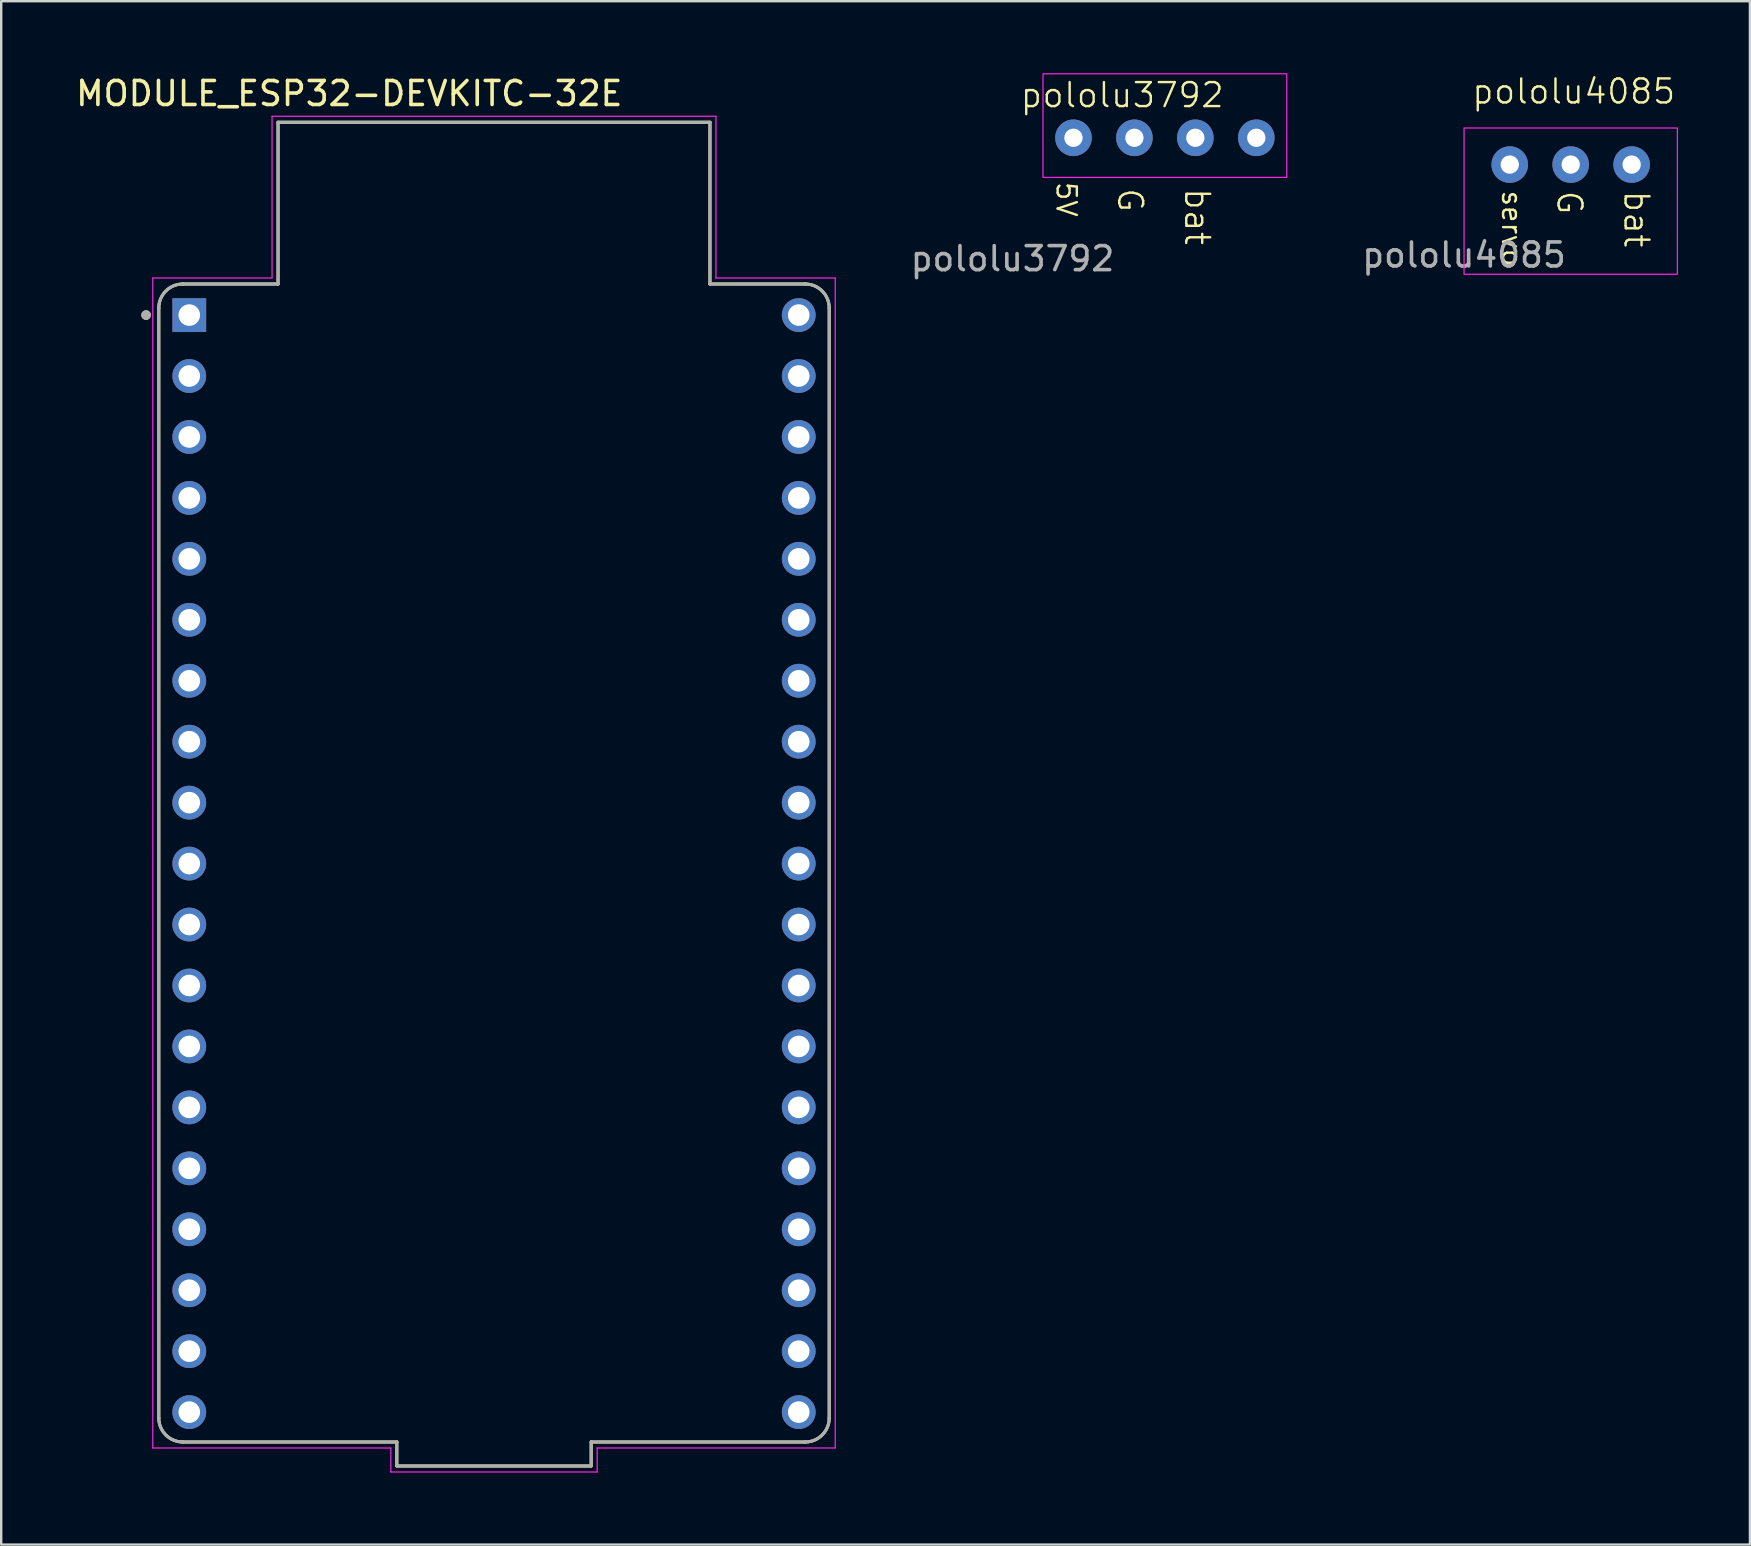
<source format=kicad_pcb>
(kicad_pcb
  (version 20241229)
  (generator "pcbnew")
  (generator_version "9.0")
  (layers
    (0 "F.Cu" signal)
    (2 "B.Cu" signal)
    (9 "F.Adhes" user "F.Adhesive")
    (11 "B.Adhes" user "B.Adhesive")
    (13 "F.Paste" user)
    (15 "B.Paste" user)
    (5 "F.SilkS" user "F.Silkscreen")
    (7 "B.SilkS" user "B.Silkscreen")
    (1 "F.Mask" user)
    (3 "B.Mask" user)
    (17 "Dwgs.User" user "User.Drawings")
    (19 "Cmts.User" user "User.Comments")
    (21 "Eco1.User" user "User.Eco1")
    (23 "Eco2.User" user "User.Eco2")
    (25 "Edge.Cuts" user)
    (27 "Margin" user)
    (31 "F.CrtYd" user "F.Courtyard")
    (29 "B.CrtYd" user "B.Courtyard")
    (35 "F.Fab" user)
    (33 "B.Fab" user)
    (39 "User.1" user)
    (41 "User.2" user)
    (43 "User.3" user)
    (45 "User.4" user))
  (footprint "pololu3792"
    (layer "F.Cu")
    (at 39.147 5.232)
    (property "Reference" "pololu3792" (at 4.572 -4.318 0) (unlocked yes) (layer "F.SilkS") (effects (font (size 1 1) (thickness 0.1))))
    (attr through_hole)
    (fp_rect (start 1.27 -5.207) (end 11.43 -0.889) (stroke (width 0.05) (type default)) (fill no) (layer "F.CrtYd"))
    (fp_text user "bat" (at 7.112 -0.508 270) (unlocked yes) (layer "F.SilkS") (effects (font (size 1 1) (thickness 0.1)) (justify left bottom)))
    (fp_text user "G" (at 4.318 -0.508 270) (unlocked yes) (layer "F.SilkS") (effects (font (size 1 1) (thickness 0.1)) (justify left bottom)))
    (fp_text user "5V" (at 1.778 -0.762 270) (unlocked yes) (layer "F.SilkS") (effects (font (size 0.8 0.8) (thickness 0.1)) (justify left bottom)))
    (fp_text user "${REFERENCE}" (at 0 2.5 0) (unlocked yes) (layer "F.Fab") (effects (font (size 1 1) (thickness 0.15))))
    (pad "1" thru_hole circle (at 2.54 -2.54) (size 1.524 1.524) (drill 0.762) (layers "*.Cu" "*.Mask"))
    (pad "2" thru_hole circle (at 5.08 -2.54) (size 1.524 1.524) (drill 0.762) (layers "*.Cu" "*.Mask"))
    (pad "3" thru_hole circle (at 7.62 -2.54) (size 1.524 1.524) (drill 0.762) (layers "*.Cu" "*.Mask"))
    (pad "4" thru_hole circle (at 10.16 -2.54) (size 1.524 1.524) (drill 0.762) (layers "*.Cu" "*.Mask")))
  (footprint "pololu4085"
    (layer "F.Cu")
    (at 57.965 5.079)
    (property "Reference" "pololu4085" (at 4.572 -4.318 0) (unlocked yes) (layer "F.SilkS") (effects (font (size 1 1) (thickness 0.1))))
    (attr through_hole)
    (fp_rect (start 0 -2.794) (end 8.89 3.302) (stroke (width 0.05) (type default)) (fill no) (layer "F.CrtYd"))
    (fp_text user "bat" (at 6.604 -0.254 270) (unlocked yes) (layer "F.SilkS") (effects (font (size 1 1) (thickness 0.1)) (justify left bottom)))
    (fp_text user "G" (at 3.81 -0.254 270) (unlocked yes) (layer "F.SilkS") (effects (font (size 1 1) (thickness 0.1)) (justify left bottom)))
    (fp_text user "servo" (at 1.524 -0.254 270) (unlocked yes) (layer "F.SilkS") (effects (font (size 0.8 0.8) (thickness 0.1)) (justify left bottom)))
    (fp_text user "${REFERENCE}" (at 0 2.5 0) (unlocked yes) (layer "F.Fab") (effects (font (size 1 1) (thickness 0.15))))
    (pad "1" thru_hole circle (at 1.905 -1.27) (size 1.524 1.524) (drill 0.762) (layers "*.Cu" "*.Mask"))
    (pad "2" thru_hole circle (at 4.445 -1.27) (size 1.524 1.524) (drill 0.762) (layers "*.Cu" "*.Mask"))
    (pad "3" thru_hole circle (at 6.985 -1.27) (size 1.524 1.524) (drill 0.762) (layers "*.Cu" "*.Mask")))
  (footprint "MODULE_ESP32-DEVKITC-32E"
    (layer "F.Cu")
    (at 17.538 32.916)
    (property "Reference" "MODULE_ESP32-DEVKITC-32E" (at -6.032 -32.068 0) (layer "F.SilkS") (effects (font (size 1 1) (thickness 0.15))))
    (attr through_hole)
    (fp_line (start -13.97 23.13) (end -13.97 -23.13) (stroke (width 0.127) (type solid)) (layer "F.SilkS"))
    (fp_line (start -12.97 -24.13) (end -9 -24.13) (stroke (width 0.127) (type solid)) (layer "F.SilkS"))
    (fp_line (start -12.97 24.13) (end -4.05 24.13) (stroke (width 0.127) (type solid)) (layer "F.SilkS"))
    (fp_line (start -9 -30.87) (end 9 -30.87) (stroke (width 0.127) (type solid)) (layer "F.SilkS"))
    (fp_line (start -9 -24.13) (end -9 -30.87) (stroke (width 0.127) (type solid)) (layer "F.SilkS"))
    (fp_line (start -4.05 24.13) (end -4.05 25.13) (stroke (width 0.127) (type solid)) (layer "F.SilkS"))
    (fp_line (start -4.05 25.13) (end 4.05 25.13) (stroke (width 0.127) (type solid)) (layer "F.SilkS"))
    (fp_line (start 4.05 24.13) (end 12.97 24.13) (stroke (width 0.127) (type solid)) (layer "F.SilkS"))
    (fp_line (start 4.05 25.13) (end 4.05 24.13) (stroke (width 0.127) (type solid)) (layer "F.SilkS"))
    (fp_line (start 9 -30.87) (end 9 -24.13) (stroke (width 0.127) (type solid)) (layer "F.SilkS"))
    (fp_line (start 9 -24.13) (end 12.97 -24.13) (stroke (width 0.127) (type solid)) (layer "F.SilkS"))
    (fp_line (start 13.97 23.13) (end 13.97 -23.13) (stroke (width 0.127) (type solid)) (layer "F.SilkS"))
    (fp_arc (start -13.97 -23.13) (mid -13.677107 -23.837107) (end -12.97 -24.13) (stroke (width 0.127) (type solid)) (layer "F.SilkS"))
    (fp_arc (start -12.97 24.13) (mid -13.677107 23.837107) (end -13.97 23.13) (stroke (width 0.127) (type solid)) (layer "F.SilkS"))
    (fp_arc (start 12.97 -24.13) (mid 13.677107 -23.837107) (end 13.97 -23.13) (stroke (width 0.127) (type solid)) (layer "F.SilkS"))
    (fp_arc (start 13.97 23.13) (mid 13.677107 23.837107) (end 12.97 24.13) (stroke (width 0.127) (type solid)) (layer "F.SilkS"))
    (fp_circle (center -14.5 -22.835) (end -14.4 -22.835) (stroke (width 0.2) (type solid)) (fill no) (layer "F.SilkS"))
    (fp_line (start -14.22 -24.38) (end -14.22 24.38) (stroke (width 0.05) (type solid)) (layer "F.CrtYd"))
    (fp_line (start -14.22 24.38) (end -4.3 24.38) (stroke (width 0.05) (type solid)) (layer "F.CrtYd"))
    (fp_line (start -9.25 -31.12) (end -9.25 -24.38) (stroke (width 0.05) (type solid)) (layer "F.CrtYd"))
    (fp_line (start -9.25 -24.38) (end -14.22 -24.38) (stroke (width 0.05) (type solid)) (layer "F.CrtYd"))
    (fp_line (start -4.3 24.38) (end -4.3 25.38) (stroke (width 0.05) (type solid)) (layer "F.CrtYd"))
    (fp_line (start -4.3 25.38) (end 4.3 25.38) (stroke (width 0.05) (type solid)) (layer "F.CrtYd"))
    (fp_line (start 4.3 24.38) (end 14.22 24.38) (stroke (width 0.05) (type solid)) (layer "F.CrtYd"))
    (fp_line (start 4.3 25.38) (end 4.3 24.38) (stroke (width 0.05) (type solid)) (layer "F.CrtYd"))
    (fp_line (start 9.25 -31.12) (end -9.25 -31.12) (stroke (width 0.05) (type solid)) (layer "F.CrtYd"))
    (fp_line (start 9.25 -24.38) (end 9.25 -31.12) (stroke (width 0.05) (type solid)) (layer "F.CrtYd"))
    (fp_line (start 14.22 -24.38) (end 9.25 -24.38) (stroke (width 0.05) (type solid)) (layer "F.CrtYd"))
    (fp_line (start 14.22 24.38) (end 14.22 -24.38) (stroke (width 0.05) (type solid)) (layer "F.CrtYd"))
    (fp_line (start -13.97 23.13) (end -13.97 -23.13) (stroke (width 0.127) (type solid)) (layer "F.Fab"))
    (fp_line (start -12.97 -24.13) (end -9 -24.13) (stroke (width 0.127) (type solid)) (layer "F.Fab"))
    (fp_line (start -12.97 24.13) (end -4.05 24.13) (stroke (width 0.127) (type solid)) (layer "F.Fab"))
    (fp_line (start -9 -30.87) (end 9 -30.87) (stroke (width 0.127) (type solid)) (layer "F.Fab"))
    (fp_line (start -9 -24.13) (end -9 -30.87) (stroke (width 0.127) (type solid)) (layer "F.Fab"))
    (fp_line (start -4.05 24.13) (end -4.05 25.13) (stroke (width 0.127) (type solid)) (layer "F.Fab"))
    (fp_line (start -4.05 25.13) (end 4.05 25.13) (stroke (width 0.127) (type solid)) (layer "F.Fab"))
    (fp_line (start 4.05 24.13) (end 12.97 24.13) (stroke (width 0.127) (type solid)) (layer "F.Fab"))
    (fp_line (start 4.05 25.13) (end 4.05 24.13) (stroke (width 0.127) (type solid)) (layer "F.Fab"))
    (fp_line (start 9 -30.87) (end 9 -24.13) (stroke (width 0.127) (type solid)) (layer "F.Fab"))
    (fp_line (start 9 -24.13) (end 12.97 -24.13) (stroke (width 0.127) (type solid)) (layer "F.Fab"))
    (fp_line (start 13.97 23.13) (end 13.97 -23.13) (stroke (width 0.127) (type solid)) (layer "F.Fab"))
    (fp_arc (start -13.97 -23.13) (mid -13.677107 -23.837107) (end -12.97 -24.13) (stroke (width 0.127) (type solid)) (layer "F.Fab"))
    (fp_arc (start -12.97 24.13) (mid -13.677107 23.837107) (end -13.97 23.13) (stroke (width 0.127) (type solid)) (layer "F.Fab"))
    (fp_arc (start 12.97 -24.13) (mid 13.677107 -23.837107) (end 13.97 -23.13) (stroke (width 0.127) (type solid)) (layer "F.Fab"))
    (fp_arc (start 13.97 23.13) (mid 13.677107 23.837107) (end 12.97 24.13) (stroke (width 0.127) (type solid)) (layer "F.Fab"))
    (fp_circle (center -14.5 -22.835) (end -14.4 -22.835) (stroke (width 0.2) (type solid)) (fill no) (layer "F.Fab"))
    (pad "J2_1" thru_hole rect (at -12.7 -22.835) (size 1.408 1.408) (drill 0.9) (layers "*.Cu" "*.Mask"))
    (pad "J2_2" thru_hole circle (at -12.7 -20.295) (size 1.408 1.408) (drill 0.9) (layers "*.Cu" "*.Mask"))
    (pad "J2_3" thru_hole circle (at -12.7 -17.755) (size 1.408 1.408) (drill 0.9) (layers "*.Cu" "*.Mask"))
    (pad "J2_4" thru_hole circle (at -12.7 -15.215) (size 1.408 1.408) (drill 0.9) (layers "*.Cu" "*.Mask"))
    (pad "J2_5" thru_hole circle (at -12.7 -12.675) (size 1.408 1.408) (drill 0.9) (layers "*.Cu" "*.Mask"))
    (pad "J2_6" thru_hole circle (at -12.7 -10.135) (size 1.408 1.408) (drill 0.9) (layers "*.Cu" "*.Mask"))
    (pad "J2_7" thru_hole circle (at -12.7 -7.595) (size 1.408 1.408) (drill 0.9) (layers "*.Cu" "*.Mask"))
    (pad "J2_8" thru_hole circle (at -12.7 -5.055) (size 1.408 1.408) (drill 0.9) (layers "*.Cu" "*.Mask"))
    (pad "J2_9" thru_hole circle (at -12.7 -2.515) (size 1.408 1.408) (drill 0.9) (layers "*.Cu" "*.Mask"))
    (pad "J2_10" thru_hole circle (at -12.7 0.025) (size 1.408 1.408) (drill 0.9) (layers "*.Cu" "*.Mask"))
    (pad "J2_11" thru_hole circle (at -12.7 2.565) (size 1.408 1.408) (drill 0.9) (layers "*.Cu" "*.Mask"))
    (pad "J2_12" thru_hole circle (at -12.7 5.105) (size 1.408 1.408) (drill 0.9) (layers "*.Cu" "*.Mask"))
    (pad "J2_13" thru_hole circle (at -12.7 7.645) (size 1.408 1.408) (drill 0.9) (layers "*.Cu" "*.Mask"))
    (pad "J2_14" thru_hole circle (at -12.7 10.185) (size 1.408 1.408) (drill 0.9) (layers "*.Cu" "*.Mask"))
    (pad "J2_15" thru_hole circle (at -12.7 12.725) (size 1.408 1.408) (drill 0.9) (layers "*.Cu" "*.Mask"))
    (pad "J2_16" thru_hole circle (at -12.7 15.265) (size 1.408 1.408) (drill 0.9) (layers "*.Cu" "*.Mask"))
    (pad "J2_17" thru_hole circle (at -12.7 17.805) (size 1.408 1.408) (drill 0.9) (layers "*.Cu" "*.Mask"))
    (pad "J2_18" thru_hole circle (at -12.7 20.345) (size 1.408 1.408) (drill 0.9) (layers "*.Cu" "*.Mask"))
    (pad "J2_19" thru_hole circle (at -12.7 22.885) (size 1.408 1.408) (drill 0.9) (layers "*.Cu" "*.Mask"))
    (pad "J3_1" thru_hole circle (at 12.7 -22.835) (size 1.408 1.408) (drill 0.9) (layers "*.Cu" "*.Mask"))
    (pad "J3_2" thru_hole circle (at 12.7 -20.295) (size 1.408 1.408) (drill 0.9) (layers "*.Cu" "*.Mask"))
    (pad "J3_3" thru_hole circle (at 12.7 -17.755) (size 1.408 1.408) (drill 0.9) (layers "*.Cu" "*.Mask"))
    (pad "J3_4" thru_hole circle (at 12.7 -15.215) (size 1.408 1.408) (drill 0.9) (layers "*.Cu" "*.Mask"))
    (pad "J3_5" thru_hole circle (at 12.7 -12.675) (size 1.408 1.408) (drill 0.9) (layers "*.Cu" "*.Mask"))
    (pad "J3_6" thru_hole circle (at 12.7 -10.135) (size 1.408 1.408) (drill 0.9) (layers "*.Cu" "*.Mask"))
    (pad "J3_7" thru_hole circle (at 12.7 -7.595) (size 1.408 1.408) (drill 0.9) (layers "*.Cu" "*.Mask"))
    (pad "J3_8" thru_hole circle (at 12.7 -5.055) (size 1.408 1.408) (drill 0.9) (layers "*.Cu" "*.Mask"))
    (pad "J3_9" thru_hole circle (at 12.7 -2.515) (size 1.408 1.408) (drill 0.9) (layers "*.Cu" "*.Mask"))
    (pad "J3_10" thru_hole circle (at 12.7 0.025) (size 1.408 1.408) (drill 0.9) (layers "*.Cu" "*.Mask"))
    (pad "J3_11" thru_hole circle (at 12.7 2.565) (size 1.408 1.408) (drill 0.9) (layers "*.Cu" "*.Mask"))
    (pad "J3_12" thru_hole circle (at 12.7 5.105) (size 1.408 1.408) (drill 0.9) (layers "*.Cu" "*.Mask"))
    (pad "J3_13" thru_hole circle (at 12.7 7.645) (size 1.408 1.408) (drill 0.9) (layers "*.Cu" "*.Mask"))
    (pad "J3_14" thru_hole circle (at 12.7 10.185) (size 1.408 1.408) (drill 0.9) (layers "*.Cu" "*.Mask"))
    (pad "J3_15" thru_hole circle (at 12.7 12.725) (size 1.408 1.408) (drill 0.9) (layers "*.Cu" "*.Mask"))
    (pad "J3_16" thru_hole circle (at 12.7 15.265) (size 1.408 1.408) (drill 0.9) (layers "*.Cu" "*.Mask"))
    (pad "J3_17" thru_hole circle (at 12.7 17.805) (size 1.408 1.408) (drill 0.9) (layers "*.Cu" "*.Mask"))
    (pad "J3_18" thru_hole circle (at 12.7 20.345) (size 1.408 1.408) (drill 0.9) (layers "*.Cu" "*.Mask"))
    (pad "J3_19" thru_hole circle (at 12.7 22.885) (size 1.408 1.408) (drill 0.9) (layers "*.Cu" "*.Mask")))
  (gr_rect
    (start -3 -3)
    (end 69.88 61.321)
    (stroke (width 0.1) (type default))
    (fill no)
    (layer "Edge.Cuts")))
</source>
